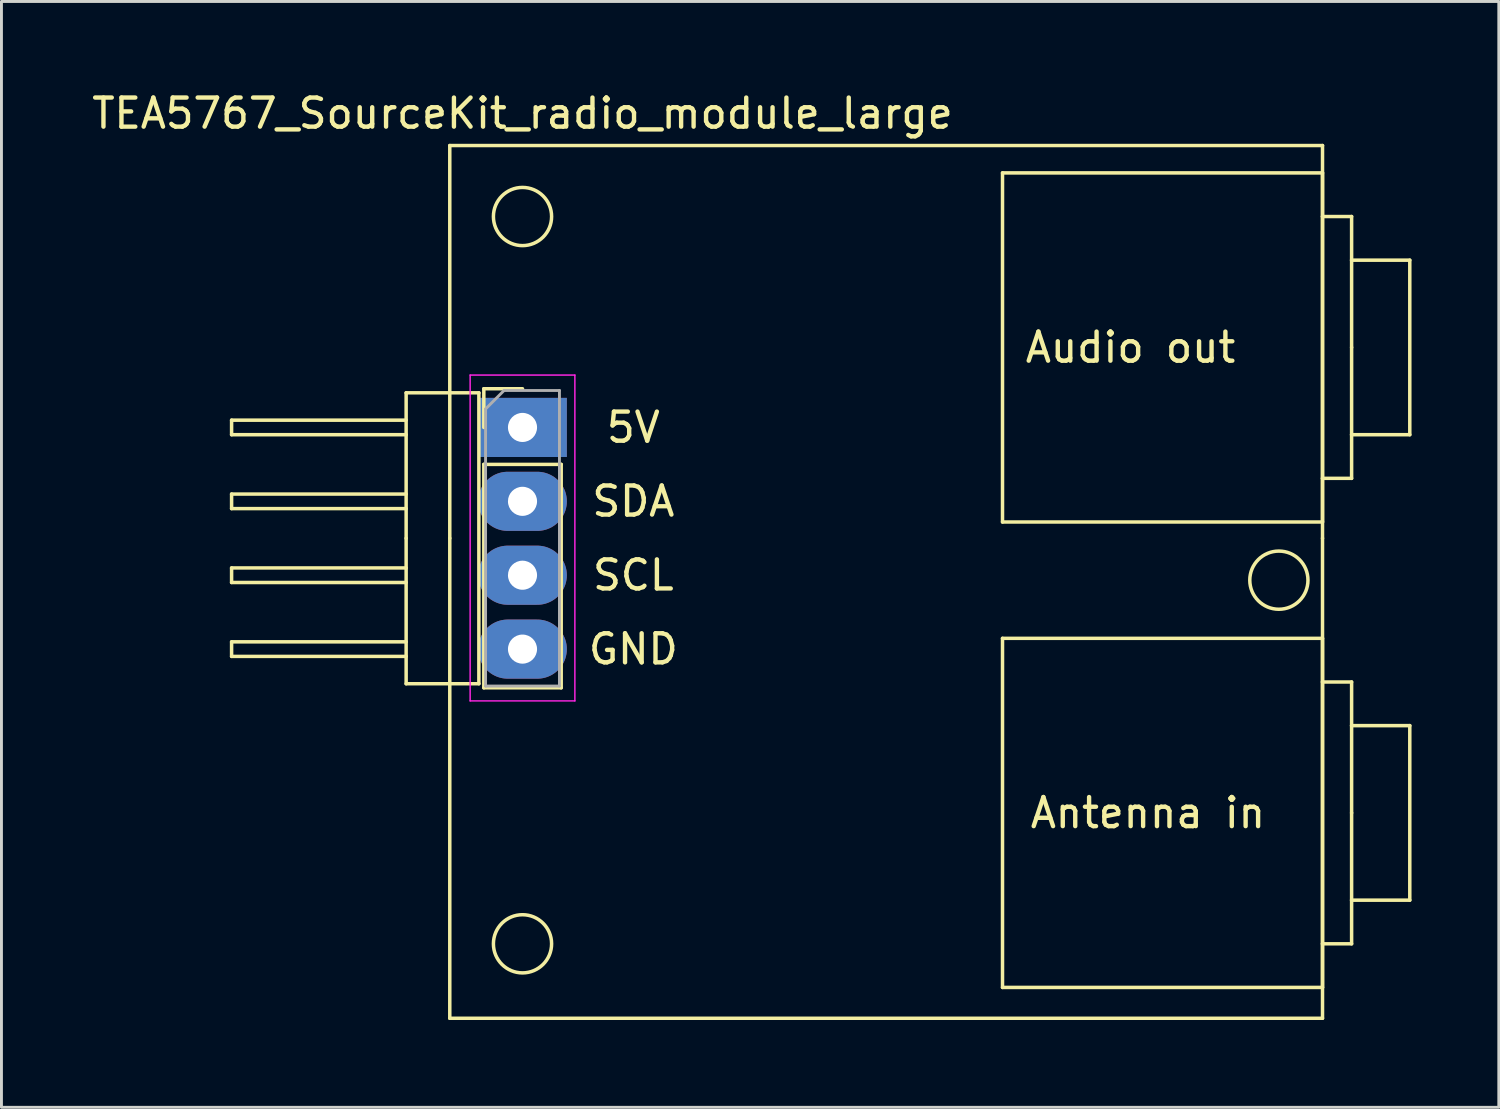
<source format=kicad_pcb>
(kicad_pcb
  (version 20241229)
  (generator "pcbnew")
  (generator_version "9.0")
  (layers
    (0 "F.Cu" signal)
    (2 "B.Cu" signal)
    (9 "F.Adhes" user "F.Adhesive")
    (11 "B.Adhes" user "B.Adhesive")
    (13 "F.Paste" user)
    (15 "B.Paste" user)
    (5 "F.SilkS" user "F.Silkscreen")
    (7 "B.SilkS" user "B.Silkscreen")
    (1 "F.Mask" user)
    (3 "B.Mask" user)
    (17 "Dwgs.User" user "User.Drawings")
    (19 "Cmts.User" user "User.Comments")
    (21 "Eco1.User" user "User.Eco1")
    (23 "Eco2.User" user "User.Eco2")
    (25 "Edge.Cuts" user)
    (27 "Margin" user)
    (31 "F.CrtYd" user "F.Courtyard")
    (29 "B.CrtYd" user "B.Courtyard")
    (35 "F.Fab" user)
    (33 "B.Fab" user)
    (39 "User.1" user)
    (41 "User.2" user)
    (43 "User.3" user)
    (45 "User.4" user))
  (footprint "TEA5767_SourceKit_radio_module_large"
    (layer "F.Cu")
    (at 42.411 16.893)
    (property "Reference" "TEA5767_SourceKit_radio_module_large" (at -27.5 -16.045 0) (layer "F.SilkS") (effects (font (size 1 1) (thickness 0.15))))
    (attr through_hole)
    (fp_line (start -37.5 -5.5) (end -37.5 -5) (stroke (width 0.12) (type solid)) (layer "F.SilkS"))
    (fp_line (start -37.5 -5) (end -31.5 -5) (stroke (width 0.12) (type solid)) (layer "F.SilkS"))
    (fp_line (start -37.5 -2.96) (end -37.5 -2.46) (stroke (width 0.12) (type solid)) (layer "F.SilkS"))
    (fp_line (start -37.5 -2.46) (end -31.5 -2.46) (stroke (width 0.12) (type solid)) (layer "F.SilkS"))
    (fp_line (start -37.5 -0.42) (end -37.5 0.08) (stroke (width 0.12) (type solid)) (layer "F.SilkS"))
    (fp_line (start -37.5 0.08) (end -31.5 0.08) (stroke (width 0.12) (type solid)) (layer "F.SilkS"))
    (fp_line (start -37.5 2.12) (end -37.5 2.62) (stroke (width 0.12) (type solid)) (layer "F.SilkS"))
    (fp_line (start -37.5 2.62) (end -31.5 2.62) (stroke (width 0.12) (type solid)) (layer "F.SilkS"))
    (fp_line (start -31.5 -6.44) (end -29 -6.44) (stroke (width 0.12) (type solid)) (layer "F.SilkS"))
    (fp_line (start -31.5 -5.5) (end -37.5 -5.5) (stroke (width 0.12) (type solid)) (layer "F.SilkS"))
    (fp_line (start -31.5 -2.96) (end -37.5 -2.96) (stroke (width 0.12) (type solid)) (layer "F.SilkS"))
    (fp_line (start -31.5 -1.44) (end -31.5 -6.44) (stroke (width 0.12) (type solid)) (layer "F.SilkS"))
    (fp_line (start -31.5 -0.42) (end -37.5 -0.42) (stroke (width 0.12) (type solid)) (layer "F.SilkS"))
    (fp_line (start -31.5 2.12) (end -37.5 2.12) (stroke (width 0.12) (type solid)) (layer "F.SilkS"))
    (fp_line (start -31.5 3.56) (end -31.5 -1.44) (stroke (width 0.12) (type solid)) (layer "F.SilkS"))
    (fp_line (start -30 -14.94) (end 0 -14.94) (stroke (width 0.12) (type solid)) (layer "F.SilkS"))
    (fp_line (start -30 -1.44) (end -30 -14.94) (stroke (width 0.12) (type solid)) (layer "F.SilkS"))
    (fp_line (start -30 15.06) (end -30 -1.44) (stroke (width 0.12) (type solid)) (layer "F.SilkS"))
    (fp_line (start -29 -6.44) (end -29 3.56) (stroke (width 0.12) (type solid)) (layer "F.SilkS"))
    (fp_line (start -29 3.56) (end -31.5 3.56) (stroke (width 0.12) (type solid)) (layer "F.SilkS"))
    (fp_line (start -28.83 -6.58) (end -27.5 -6.58) (stroke (width 0.12) (type solid)) (layer "F.SilkS"))
    (fp_line (start -28.83 -5.25) (end -28.83 -6.58) (stroke (width 0.12) (type solid)) (layer "F.SilkS"))
    (fp_line (start -28.83 -3.98) (end -28.83 3.7) (stroke (width 0.12) (type solid)) (layer "F.SilkS"))
    (fp_line (start -28.83 -3.98) (end -26.17 -3.98) (stroke (width 0.12) (type solid)) (layer "F.SilkS"))
    (fp_line (start -28.83 3.7) (end -26.17 3.7) (stroke (width 0.12) (type solid)) (layer "F.SilkS"))
    (fp_line (start -26.17 -3.98) (end -26.17 3.7) (stroke (width 0.12) (type solid)) (layer "F.SilkS"))
    (fp_line (start -11 -14) (end -11 -2) (stroke (width 0.12) (type solid)) (layer "F.SilkS"))
    (fp_line (start -11 -2) (end 0 -2) (stroke (width 0.12) (type solid)) (layer "F.SilkS"))
    (fp_line (start -11 2) (end -11 14) (stroke (width 0.12) (type solid)) (layer "F.SilkS"))
    (fp_line (start -11 14) (end 0 14) (stroke (width 0.12) (type solid)) (layer "F.SilkS"))
    (fp_line (start 0 -14.94) (end 0 -1.44) (stroke (width 0.12) (type solid)) (layer "F.SilkS"))
    (fp_line (start 0 -14) (end -11 -14) (stroke (width 0.12) (type solid)) (layer "F.SilkS"))
    (fp_line (start 0 -12.5) (end 0 -14) (stroke (width 0.12) (type solid)) (layer "F.SilkS"))
    (fp_line (start 0 -12.5) (end 0 -3.5) (stroke (width 0.12) (type solid)) (layer "F.SilkS"))
    (fp_line (start 0 -3.5) (end 1 -3.5) (stroke (width 0.12) (type solid)) (layer "F.SilkS"))
    (fp_line (start 0 -2) (end 0 -3.5) (stroke (width 0.12) (type solid)) (layer "F.SilkS"))
    (fp_line (start 0 -1.44) (end 0 15.06) (stroke (width 0.12) (type solid)) (layer "F.SilkS"))
    (fp_line (start 0 2) (end -11 2) (stroke (width 0.12) (type solid)) (layer "F.SilkS"))
    (fp_line (start 0 3.5) (end 0 2) (stroke (width 0.12) (type solid)) (layer "F.SilkS"))
    (fp_line (start 0 3.5) (end 0 12.5) (stroke (width 0.12) (type solid)) (layer "F.SilkS"))
    (fp_line (start 0 12.5) (end 1 12.5) (stroke (width 0.12) (type solid)) (layer "F.SilkS"))
    (fp_line (start 0 14) (end 0 12.5) (stroke (width 0.12) (type solid)) (layer "F.SilkS"))
    (fp_line (start 0 15.06) (end -30 15.06) (stroke (width 0.12) (type solid)) (layer "F.SilkS"))
    (fp_line (start 1 -12.5) (end 0 -12.5) (stroke (width 0.12) (type solid)) (layer "F.SilkS"))
    (fp_line (start 1 -11) (end 1 -12.5) (stroke (width 0.12) (type solid)) (layer "F.SilkS"))
    (fp_line (start 1 -11) (end 3 -11) (stroke (width 0.12) (type solid)) (layer "F.SilkS"))
    (fp_line (start 1 -8) (end 1 -11) (stroke (width 0.12) (type solid)) (layer "F.SilkS"))
    (fp_line (start 1 -5) (end 1 -8) (stroke (width 0.12) (type solid)) (layer "F.SilkS"))
    (fp_line (start 1 -3.5) (end 1 -5) (stroke (width 0.12) (type solid)) (layer "F.SilkS"))
    (fp_line (start 1 3.5) (end 0 3.5) (stroke (width 0.12) (type solid)) (layer "F.SilkS"))
    (fp_line (start 1 5) (end 1 3.5) (stroke (width 0.12) (type solid)) (layer "F.SilkS"))
    (fp_line (start 1 5) (end 3 5) (stroke (width 0.12) (type solid)) (layer "F.SilkS"))
    (fp_line (start 1 8) (end 1 5) (stroke (width 0.12) (type solid)) (layer "F.SilkS"))
    (fp_line (start 1 11) (end 1 8) (stroke (width 0.12) (type solid)) (layer "F.SilkS"))
    (fp_line (start 1 12.5) (end 1 11) (stroke (width 0.12) (type solid)) (layer "F.SilkS"))
    (fp_line (start 3 -11) (end 3 -5) (stroke (width 0.12) (type solid)) (layer "F.SilkS"))
    (fp_line (start 3 -5) (end 1 -5) (stroke (width 0.12) (type solid)) (layer "F.SilkS"))
    (fp_line (start 3 5) (end 3 11) (stroke (width 0.12) (type solid)) (layer "F.SilkS"))
    (fp_line (start 3 11) (end 1 11) (stroke (width 0.12) (type solid)) (layer "F.SilkS"))
    (fp_circle (center -27.5 -12.5) (end -26.5 -12.5) (stroke (width 0.12) (type solid)) (fill no) (layer "F.SilkS"))
    (fp_circle (center -27.5 12.5) (end -26.5 12.5) (stroke (width 0.12) (type solid)) (fill no) (layer "F.SilkS"))
    (fp_circle (center -1.5 0) (end -0.5 0) (stroke (width 0.12) (type solid)) (fill no) (layer "F.SilkS"))
    (fp_line (start -29.3 -7.05) (end -29.3 4.15) (stroke (width 0.05) (type solid)) (layer "F.CrtYd"))
    (fp_line (start -29.3 4.15) (end -25.7 4.15) (stroke (width 0.05) (type solid)) (layer "F.CrtYd"))
    (fp_line (start -25.7 -7.05) (end -29.3 -7.05) (stroke (width 0.05) (type solid)) (layer "F.CrtYd"))
    (fp_line (start -25.7 4.15) (end -25.7 -7.05) (stroke (width 0.05) (type solid)) (layer "F.CrtYd"))
    (fp_line (start -28.77 -5.885) (end -28.135 -6.52) (stroke (width 0.1) (type solid)) (layer "F.Fab"))
    (fp_line (start -28.77 3.64) (end -28.77 -5.885) (stroke (width 0.1) (type solid)) (layer "F.Fab"))
    (fp_line (start -28.135 -6.52) (end -26.23 -6.52) (stroke (width 0.1) (type solid)) (layer "F.Fab"))
    (fp_line (start -26.23 -6.52) (end -26.23 3.64) (stroke (width 0.1) (type solid)) (layer "F.Fab"))
    (fp_line (start -26.23 3.64) (end -28.77 3.64) (stroke (width 0.1) (type solid)) (layer "F.Fab"))
    (fp_text user "Audio out" (at -6.6 -8 0) (layer "F.SilkS") (effects (font (size 1 1) (thickness 0.15))))
    (fp_text user "GND" (at -23.69 2.37 0) (layer "F.SilkS") (effects (font (size 1 1) (thickness 0.15))))
    (fp_text user "SDA" (at -23.69 -2.71 0) (layer "F.SilkS") (effects (font (size 1 1) (thickness 0.15))))
    (fp_text user "Antenna in" (at -6 8 0) (layer "F.SilkS") (effects (font (size 1 1) (thickness 0.15))))
    (fp_text user "5V" (at -23.69 -5.25 0) (layer "F.SilkS") (effects (font (size 1 1) (thickness 0.15))))
    (fp_text user "SCL" (at -23.69 -0.17 0) (layer "F.SilkS") (effects (font (size 1 1) (thickness 0.15))))
    (pad "1" thru_hole rect (at -27.5 -5.25) (size 3.048 2.032) (drill 1) (layers "*.Cu" "*.Mask"))
    (pad "2" thru_hole oval (at -27.5 -2.71) (size 3.048 2.032) (drill 1) (layers "*.Cu" "*.Mask"))
    (pad "3" thru_hole oval (at -27.5 -0.17) (size 3.048 2.032) (drill 1) (layers "*.Cu" "*.Mask"))
    (pad "4" thru_hole oval (at -27.5 2.37) (size 3.048 2.032) (drill 1) (layers "*.Cu" "*.Mask")))
  (gr_rect
    (start -3 -3)
    (end 48.471 35.013)
    (stroke (width 0.1) (type default))
    (fill no)
    (layer "Edge.Cuts")))
</source>
